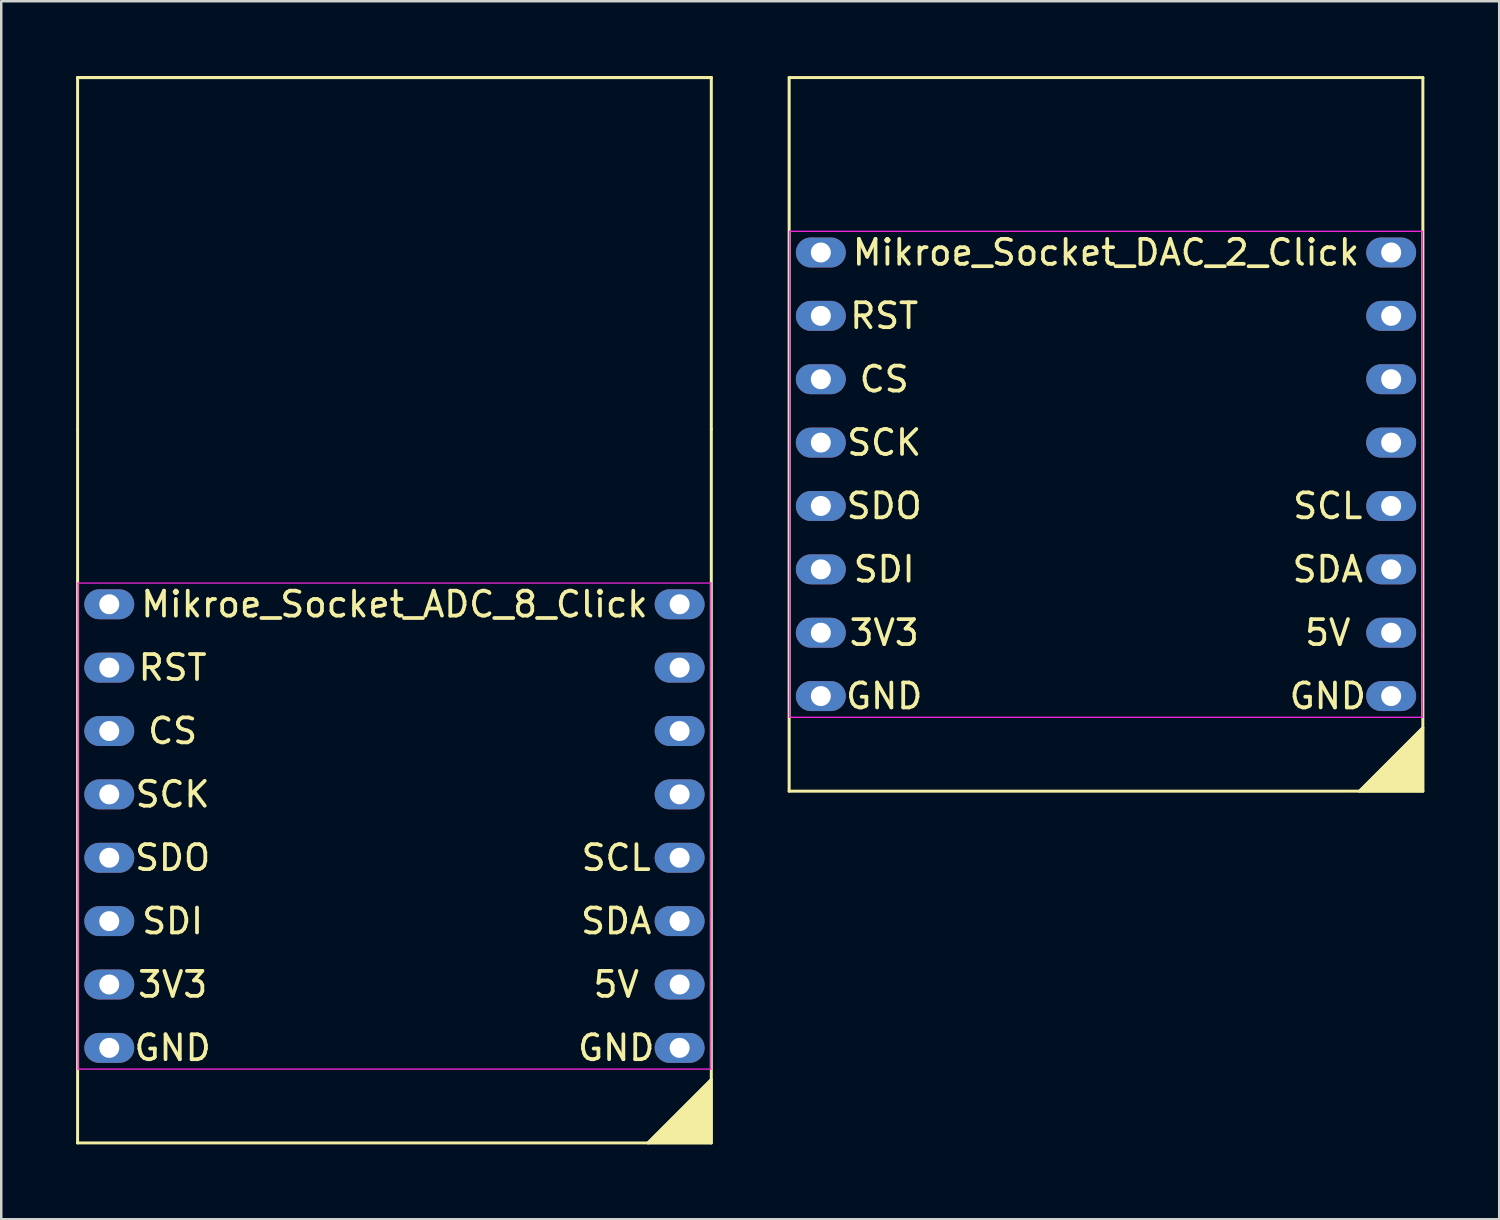
<source format=kicad_pcb>
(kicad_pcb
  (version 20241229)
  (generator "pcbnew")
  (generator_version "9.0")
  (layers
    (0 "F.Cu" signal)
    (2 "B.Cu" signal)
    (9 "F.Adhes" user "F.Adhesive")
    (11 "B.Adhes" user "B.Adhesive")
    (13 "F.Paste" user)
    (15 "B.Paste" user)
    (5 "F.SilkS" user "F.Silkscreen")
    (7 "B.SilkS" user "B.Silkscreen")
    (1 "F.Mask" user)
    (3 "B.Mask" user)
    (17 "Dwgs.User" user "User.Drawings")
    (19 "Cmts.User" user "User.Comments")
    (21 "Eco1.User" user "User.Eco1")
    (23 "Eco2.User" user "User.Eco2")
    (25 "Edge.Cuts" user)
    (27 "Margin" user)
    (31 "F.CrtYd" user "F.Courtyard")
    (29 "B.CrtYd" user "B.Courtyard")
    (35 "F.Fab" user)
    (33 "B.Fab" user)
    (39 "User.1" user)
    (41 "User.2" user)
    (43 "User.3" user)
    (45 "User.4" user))
  (footprint "Mikroe_Socket_ADC_8_Click"
    (layer "F.Cu")
    (at 12.76 30.06)
    (property "Reference" "Mikroe_Socket_ADC_8_Click" (at 0 -8.89 0) (layer "F.SilkS") (effects (font (size 1 1) (thickness 0.15))))
    (attr through_hole)
    (fp_line (start -12.7 -30) (end 12.7 -30) (stroke (width 0.12) (type solid)) (layer "F.SilkS"))
    (fp_line (start -12.7 -30) (end 12.7 -30) (stroke (width 0.12) (type solid)) (layer "F.SilkS"))
    (fp_line (start -12.7 -15.9) (end -12.7 -30) (stroke (width 0.12) (type solid)) (layer "F.SilkS"))
    (fp_line (start -12.7 12.7) (end -12.7 -15.9) (stroke (width 0.12) (type solid)) (layer "F.SilkS"))
    (fp_line (start -12.7 12.7) (end 12.7 12.7) (stroke (width 0.12) (type solid)) (layer "F.SilkS"))
    (fp_line (start 10.16 12.7) (end 12.7 10.16) (stroke (width 0.12) (type solid)) (layer "F.SilkS"))
    (fp_line (start 12.7 -30) (end 12.7 -15.9) (stroke (width 0.12) (type solid)) (layer "F.SilkS"))
    (fp_line (start 12.7 12.7) (end 12.7 -15.9) (stroke (width 0.12) (type solid)) (layer "F.SilkS"))
    (fp_poly (pts (xy 12.7 12.7) (xy 10.16 12.7) (xy 12.7 10.16)) (stroke (width 0.1) (type solid)) (fill yes) (layer "F.SilkS"))
    (fp_line (start -12.68 -9.74) (end 12.68 -9.74) (stroke (width 0.05) (type solid)) (layer "F.CrtYd"))
    (fp_line (start -12.68 9.74) (end -12.68 -9.74) (stroke (width 0.05) (type solid)) (layer "F.CrtYd"))
    (fp_line (start 12.68 -9.74) (end 12.68 9.74) (stroke (width 0.05) (type solid)) (layer "F.CrtYd"))
    (fp_line (start 12.68 9.74) (end -12.68 9.74) (stroke (width 0.05) (type solid)) (layer "F.CrtYd"))
    (fp_text user "SCL" (at 8.89 1.27 0) (layer "F.SilkS") (effects (font (size 1 1) (thickness 0.15))))
    (fp_text user "SCK" (at -8.89 -1.27 0) (layer "F.SilkS") (effects (font (size 1 1) (thickness 0.15))))
    (fp_text user "5V" (at 8.89 6.35 0) (layer "F.SilkS") (effects (font (size 1 1) (thickness 0.15))))
    (fp_text user "SDO" (at -8.89 1.27 0) (layer "F.SilkS") (effects (font (size 1 1) (thickness 0.15))))
    (fp_text user "GND" (at 8.89 8.89 0) (layer "F.SilkS") (effects (font (size 1 1) (thickness 0.15))))
    (fp_text user "GND" (at -8.89 8.89 0) (layer "F.SilkS") (effects (font (size 1 1) (thickness 0.15))))
    (fp_text user "SDA" (at 8.89 3.81 0) (layer "F.SilkS") (effects (font (size 1 1) (thickness 0.15))))
    (fp_text user "3V3" (at -8.89 6.35 0) (layer "F.SilkS") (effects (font (size 1 1) (thickness 0.15))))
    (fp_text user "CS" (at -8.89 -3.81 0) (layer "F.SilkS") (effects (font (size 1 1) (thickness 0.15))))
    (fp_text user "SDI" (at -8.89 3.81 0) (layer "F.SilkS") (effects (font (size 1 1) (thickness 0.15))))
    (fp_text user "RST" (at -8.89 -6.35 0) (layer "F.SilkS") (effects (font (size 1 1) (thickness 0.15))))
    (pad "1" thru_hole oval (at -11.43 -8.89 270) (size 1.2 2) (drill 0.8) (layers "*.Cu" "*.Mask"))
    (pad "2" thru_hole oval (at -11.43 -6.35 270) (size 1.2 2) (drill 0.8) (layers "*.Cu" "*.Mask"))
    (pad "3" thru_hole oval (at -11.43 -3.81 270) (size 1.2 2) (drill 0.8) (layers "*.Cu" "*.Mask"))
    (pad "4" thru_hole oval (at -11.43 -1.27 270) (size 1.2 2) (drill 0.8) (layers "*.Cu" "*.Mask"))
    (pad "5" thru_hole oval (at -11.43 1.27 270) (size 1.2 2) (drill 0.8) (layers "*.Cu" "*.Mask"))
    (pad "6" thru_hole oval (at -11.43 3.81 270) (size 1.2 2) (drill 0.8) (layers "*.Cu" "*.Mask"))
    (pad "7" thru_hole oval (at -11.43 6.35 270) (size 1.2 2) (drill 0.8) (layers "*.Cu" "*.Mask"))
    (pad "8" thru_hole oval (at -11.43 8.89 270) (size 1.2 2) (drill 0.8) (layers "*.Cu" "*.Mask"))
    (pad "9" thru_hole oval (at 11.43 8.89 270) (size 1.2 2) (drill 0.8) (layers "*.Cu" "*.Mask"))
    (pad "10" thru_hole oval (at 11.43 6.35 270) (size 1.2 2) (drill 0.8) (layers "*.Cu" "*.Mask"))
    (pad "11" thru_hole oval (at 11.43 3.81 270) (size 1.2 2) (drill 0.8) (layers "*.Cu" "*.Mask"))
    (pad "12" thru_hole oval (at 11.43 1.27 270) (size 1.2 2) (drill 0.8) (layers "*.Cu" "*.Mask"))
    (pad "13" thru_hole oval (at 11.43 -1.27 270) (size 1.2 2) (drill 0.8) (layers "*.Cu" "*.Mask"))
    (pad "14" thru_hole oval (at 11.43 -3.81 270) (size 1.2 2) (drill 0.8) (layers "*.Cu" "*.Mask"))
    (pad "15" thru_hole oval (at 11.43 -6.35 270) (size 1.2 2) (drill 0.8) (layers "*.Cu" "*.Mask"))
    (pad "16" thru_hole oval (at 11.43 -8.89 270) (size 1.2 2) (drill 0.8) (layers "*.Cu" "*.Mask")))
  (footprint "Mikroe_Socket_DAC_2_Click"
    (layer "F.Cu")
    (at 41.28 15.96)
    (property "Reference" "Mikroe_Socket_DAC_2_Click" (at 0 -8.89 0) (layer "F.SilkS") (effects (font (size 1 1) (thickness 0.15))))
    (attr through_hole)
    (fp_line (start -12.7 -15.9) (end 12.7 -15.9) (stroke (width 0.12) (type solid)) (layer "F.SilkS"))
    (fp_line (start -12.7 12.7) (end -12.7 -15.9) (stroke (width 0.12) (type solid)) (layer "F.SilkS"))
    (fp_line (start -12.7 12.7) (end 12.7 12.7) (stroke (width 0.12) (type solid)) (layer "F.SilkS"))
    (fp_line (start 10.16 12.7) (end 12.7 10.16) (stroke (width 0.12) (type solid)) (layer "F.SilkS"))
    (fp_line (start 12.7 12.7) (end 12.7 -15.9) (stroke (width 0.12) (type solid)) (layer "F.SilkS"))
    (fp_poly (pts (xy 12.7 12.7) (xy 10.16 12.7) (xy 12.7 10.16)) (stroke (width 0.1) (type solid)) (fill yes) (layer "F.SilkS"))
    (fp_line (start -12.68 -9.74) (end 12.68 -9.74) (stroke (width 0.05) (type solid)) (layer "F.CrtYd"))
    (fp_line (start -12.68 9.74) (end -12.68 -9.74) (stroke (width 0.05) (type solid)) (layer "F.CrtYd"))
    (fp_line (start 12.68 -9.74) (end 12.68 9.74) (stroke (width 0.05) (type solid)) (layer "F.CrtYd"))
    (fp_line (start 12.68 9.74) (end -12.68 9.74) (stroke (width 0.05) (type solid)) (layer "F.CrtYd"))
    (fp_text user "5V" (at 8.89 6.35 0) (layer "F.SilkS") (effects (font (size 1 1) (thickness 0.15))))
    (fp_text user "SDA" (at 8.89 3.81 0) (layer "F.SilkS") (effects (font (size 1 1) (thickness 0.15))))
    (fp_text user "CS" (at -8.89 -3.81 0) (layer "F.SilkS") (effects (font (size 1 1) (thickness 0.15))))
    (fp_text user "SCK" (at -8.89 -1.27 0) (layer "F.SilkS") (effects (font (size 1 1) (thickness 0.15))))
    (fp_text user "SDO" (at -8.89 1.27 0) (layer "F.SilkS") (effects (font (size 1 1) (thickness 0.15))))
    (fp_text user "SCL" (at 8.89 1.27 0) (layer "F.SilkS") (effects (font (size 1 1) (thickness 0.15))))
    (fp_text user "GND" (at 8.89 8.89 0) (layer "F.SilkS") (effects (font (size 1 1) (thickness 0.15))))
    (fp_text user "SDI" (at -8.89 3.81 0) (layer "F.SilkS") (effects (font (size 1 1) (thickness 0.15))))
    (fp_text user "GND" (at -8.89 8.89 0) (layer "F.SilkS") (effects (font (size 1 1) (thickness 0.15))))
    (fp_text user "3V3" (at -8.89 6.35 0) (layer "F.SilkS") (effects (font (size 1 1) (thickness 0.15))))
    (fp_text user "RST" (at -8.89 -6.35 0) (layer "F.SilkS") (effects (font (size 1 1) (thickness 0.15))))
    (pad "1" thru_hole oval (at -11.43 -8.89 270) (size 1.2 2) (drill 0.8) (layers "*.Cu" "*.Mask"))
    (pad "2" thru_hole oval (at -11.43 -6.35 270) (size 1.2 2) (drill 0.8) (layers "*.Cu" "*.Mask"))
    (pad "3" thru_hole oval (at -11.43 -3.81 270) (size 1.2 2) (drill 0.8) (layers "*.Cu" "*.Mask"))
    (pad "4" thru_hole oval (at -11.43 -1.27 270) (size 1.2 2) (drill 0.8) (layers "*.Cu" "*.Mask"))
    (pad "5" thru_hole oval (at -11.43 1.27 270) (size 1.2 2) (drill 0.8) (layers "*.Cu" "*.Mask"))
    (pad "6" thru_hole oval (at -11.43 3.81 270) (size 1.2 2) (drill 0.8) (layers "*.Cu" "*.Mask"))
    (pad "7" thru_hole oval (at -11.43 6.35 270) (size 1.2 2) (drill 0.8) (layers "*.Cu" "*.Mask"))
    (pad "8" thru_hole oval (at -11.43 8.89 270) (size 1.2 2) (drill 0.8) (layers "*.Cu" "*.Mask"))
    (pad "9" thru_hole oval (at 11.43 8.89 270) (size 1.2 2) (drill 0.8) (layers "*.Cu" "*.Mask"))
    (pad "10" thru_hole oval (at 11.43 6.35 270) (size 1.2 2) (drill 0.8) (layers "*.Cu" "*.Mask"))
    (pad "11" thru_hole oval (at 11.43 3.81 270) (size 1.2 2) (drill 0.8) (layers "*.Cu" "*.Mask"))
    (pad "12" thru_hole oval (at 11.43 1.27 270) (size 1.2 2) (drill 0.8) (layers "*.Cu" "*.Mask"))
    (pad "13" thru_hole oval (at 11.43 -1.27 270) (size 1.2 2) (drill 0.8) (layers "*.Cu" "*.Mask"))
    (pad "14" thru_hole oval (at 11.43 -3.81 270) (size 1.2 2) (drill 0.8) (layers "*.Cu" "*.Mask"))
    (pad "15" thru_hole oval (at 11.43 -6.35 270) (size 1.2 2) (drill 0.8) (layers "*.Cu" "*.Mask"))
    (pad "16" thru_hole oval (at 11.43 -8.89 270) (size 1.2 2) (drill 0.8) (layers "*.Cu" "*.Mask")))
  (gr_rect
    (start -3 -3)
    (end 57.04 45.82)
    (stroke (width 0.1) (type default))
    (fill no)
    (layer "Edge.Cuts")))
</source>
